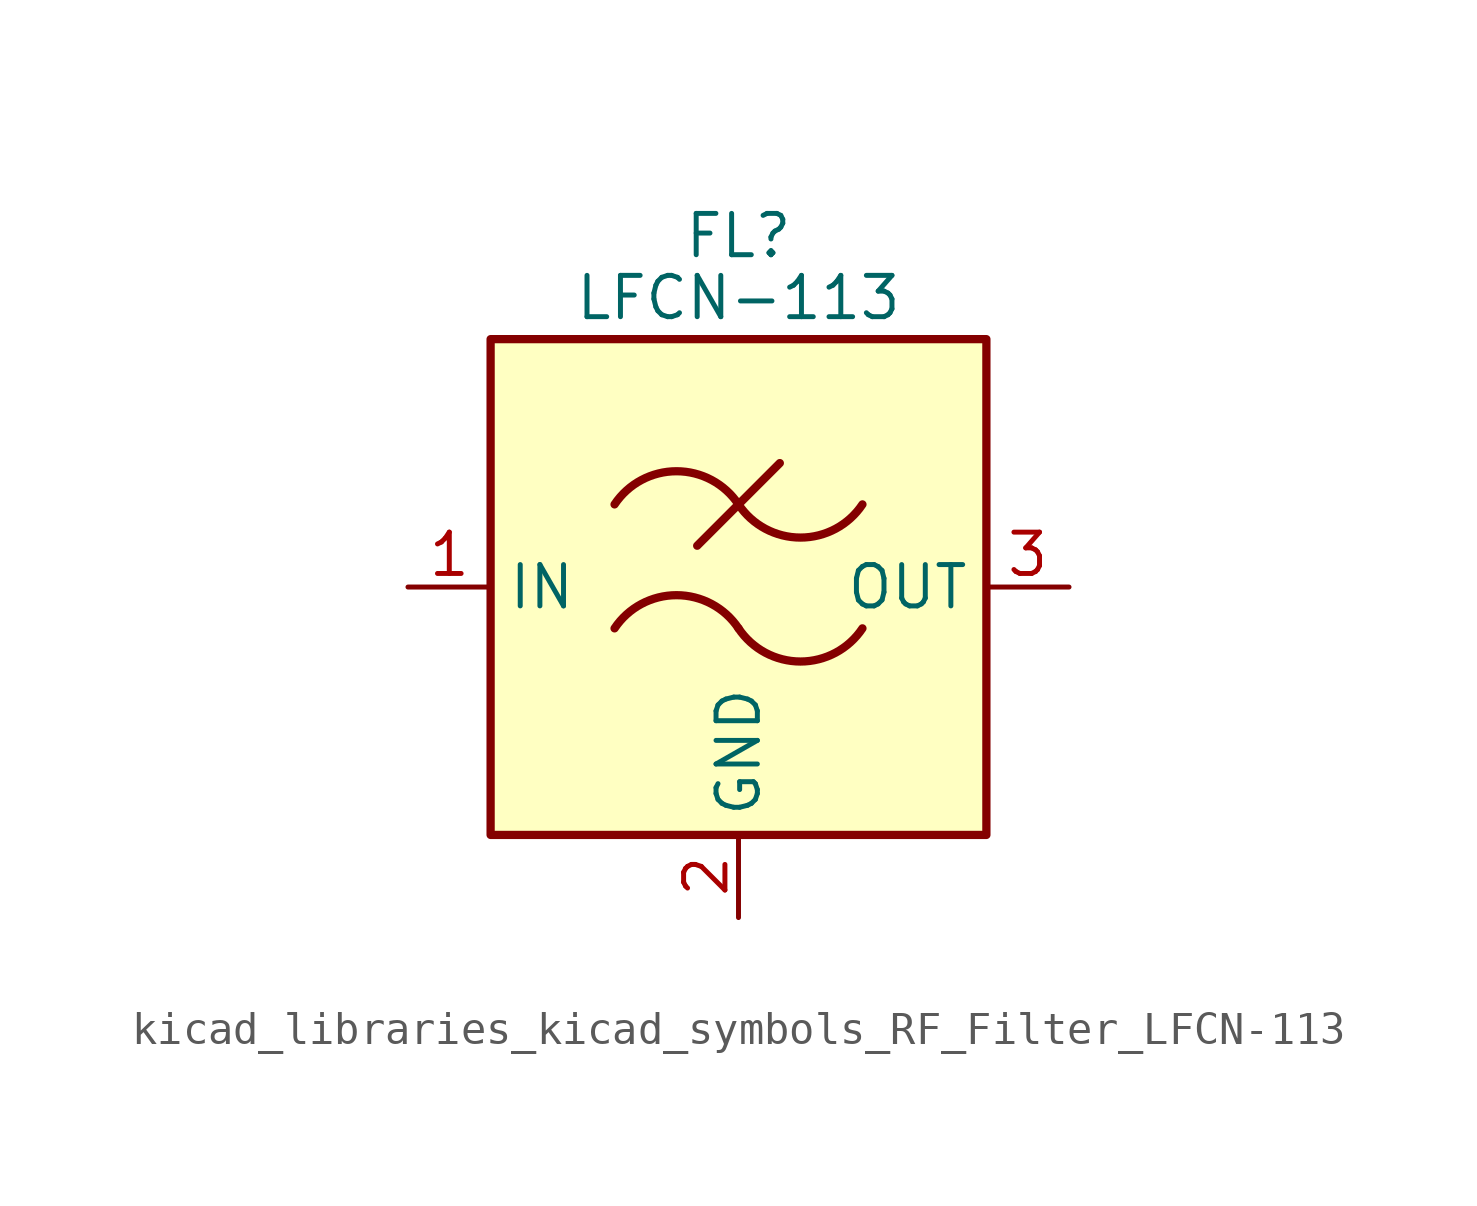
<source format=kicad_sym>
(kicad_symbol_lib
  (version 20220914)
  (generator kicad_symbol_editor)
  (symbol "kicad_libraries_kicad_symbols_RF_Filter_LFCN-113"
    (property "Reference" "FL"
      (at 0 10.795 0)
      (effects (font (size 1.27 1.27))))
    (property "Value" "LFCN-113"
      (at 0 8.89 0)
      (effects (font (size 1.27 1.27))))
    (symbol "kicad_libraries_kicad_symbols_RF_Filter_LFCN-113_0_1"
      (rectangle (start -7.62 7.62) (end 7.62 -7.62) (stroke (width 0.254) (type default)) (fill (type background)))
      (arc (start 0 -1.27) (mid -1.905 -0.2505) (end -3.81 -1.27) (stroke (width 0.254) (type default)) (fill (type none)))
      (arc (start 0 -1.27) (mid 1.905 -2.2895) (end 3.81 -1.27) (stroke (width 0.254) (type default)) (fill (type none)))
      (polyline (pts (xy -1.27 1.27) (xy 1.27 3.81)) (stroke (width 0.254) (type default)) (fill (type none)))
      (arc (start 0 2.54) (mid -1.905 3.5595) (end -3.81 2.54) (stroke (width 0.254) (type default)) (fill (type none)))
      (arc (start 0 2.54) (mid 1.905 1.5205) (end 3.81 2.54) (stroke (width 0.254) (type default)) (fill (type none))))
    (symbol "kicad_libraries_kicad_symbols_RF_Filter_LFCN-113_1_1"
      (pin passive line (at -10.16 0 0) (length 2.54) (name "IN" (effects (font (size 1.27 1.27)))) (number "1" (effects (font (size 1.27 1.27)))))
      (pin passive line (at 0 -10.16 90) (length 2.54) (name "GND" (effects (font (size 1.27 1.27)))) (number "2" (effects (font (size 1.27 1.27)))))
      (pin passive line (at 10.16 0 180) (length 2.54) (name "OUT" (effects (font (size 1.27 1.27)))) (number "3" (effects (font (size 1.27 1.27)))))
      (pin passive line (at 0 -10.16 90) (length 2.54) hide (name "GND" (effects (font (size 1.27 1.27)))) (number "4" (effects (font (size 1.27 1.27))))))))
</source>
